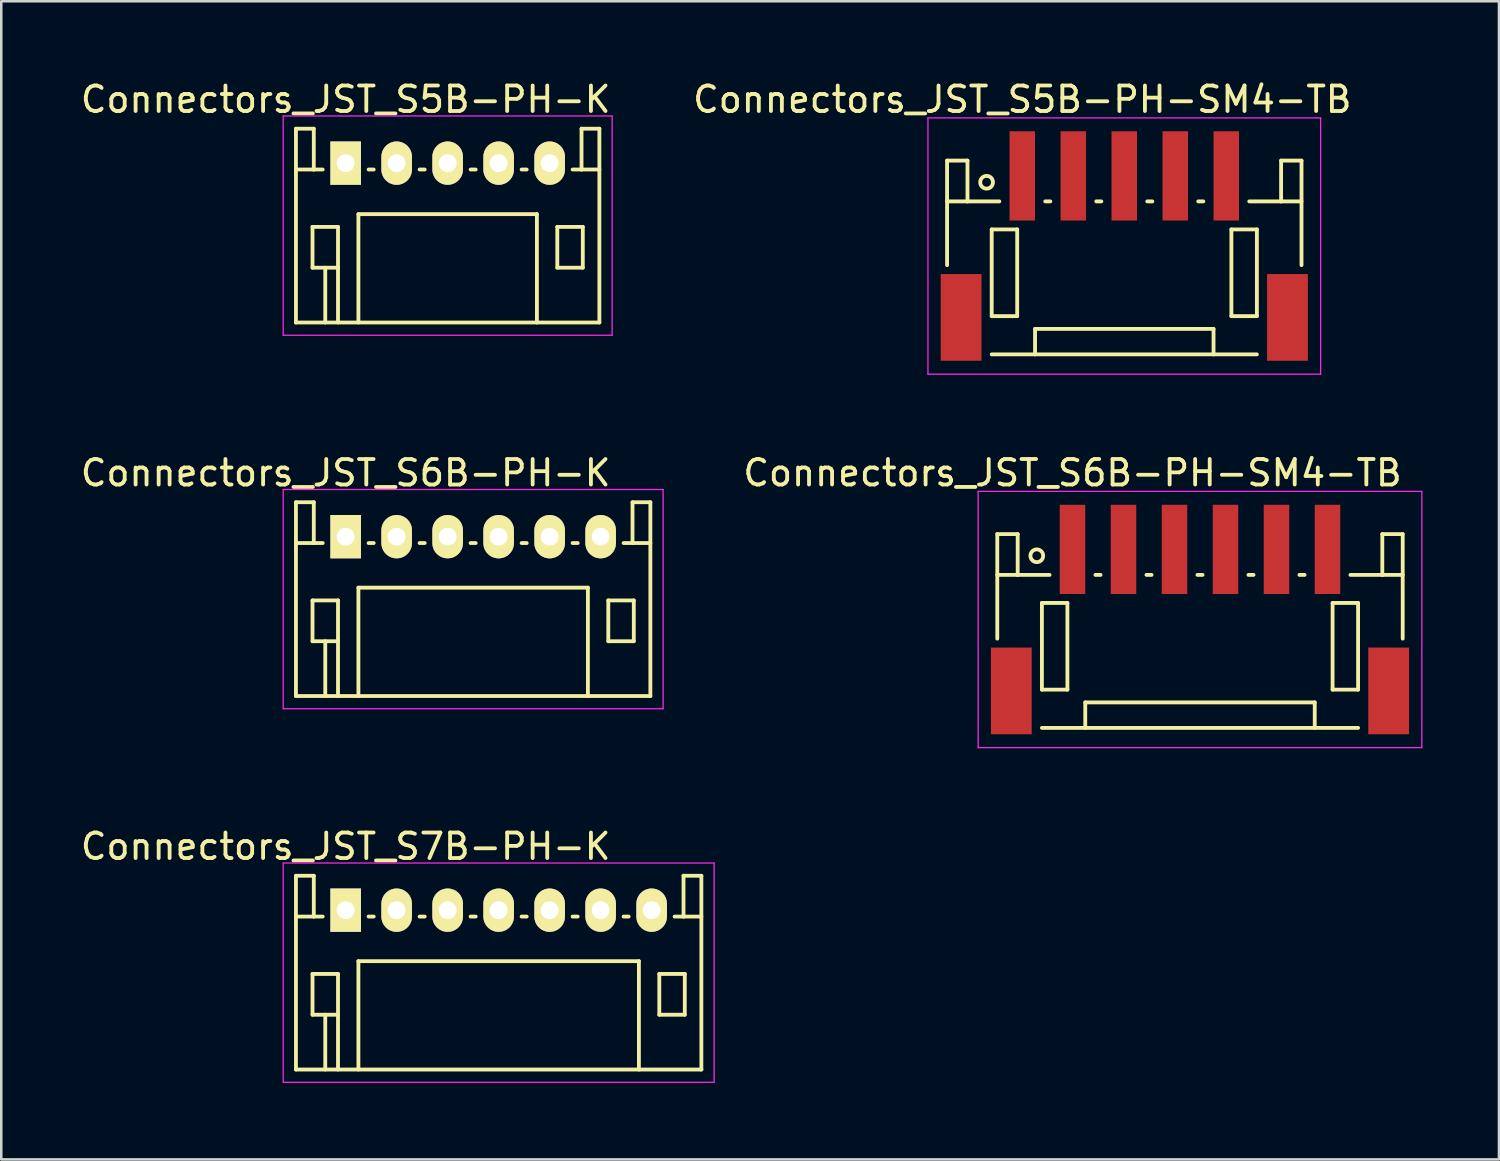
<source format=kicad_pcb>
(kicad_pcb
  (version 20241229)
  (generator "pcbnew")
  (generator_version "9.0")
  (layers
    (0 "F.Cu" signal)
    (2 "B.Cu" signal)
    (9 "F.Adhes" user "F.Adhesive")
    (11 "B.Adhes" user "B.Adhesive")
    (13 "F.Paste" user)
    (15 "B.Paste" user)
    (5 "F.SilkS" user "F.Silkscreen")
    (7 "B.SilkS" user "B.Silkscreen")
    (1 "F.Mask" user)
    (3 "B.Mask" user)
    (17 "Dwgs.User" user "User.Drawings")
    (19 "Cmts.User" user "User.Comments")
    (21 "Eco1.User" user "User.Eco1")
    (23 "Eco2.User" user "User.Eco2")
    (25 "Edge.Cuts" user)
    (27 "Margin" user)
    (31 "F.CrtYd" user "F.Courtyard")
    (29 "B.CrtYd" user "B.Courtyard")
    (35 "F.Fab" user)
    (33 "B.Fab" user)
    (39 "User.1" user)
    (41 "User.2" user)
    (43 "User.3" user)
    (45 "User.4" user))
  (footprint "Connectors_JST_S5B-PH-SM4-TB"
    (layer "F.Cu")
    (at 41.042 6.623)
    (property "Reference" "Connectors_JST_S5B-PH-SM4-TB" (at -4 -5.775 0) (layer "F.SilkS") (effects (font (size 1 1) (thickness 0.15))))
    (attr smd)
    (fp_line (start -6.95 -3.375) (end -6.95 0.725) (stroke (width 0.15) (type solid)) (layer "F.SilkS"))
    (fp_line (start -6.15 -3.375) (end -6.95 -3.375) (stroke (width 0.15) (type solid)) (layer "F.SilkS"))
    (fp_line (start -6.15 -1.775) (end -6.95 -1.775) (stroke (width 0.15) (type solid)) (layer "F.SilkS"))
    (fp_line (start -6.15 -1.775) (end -6.15 -3.375) (stroke (width 0.15) (type solid)) (layer "F.SilkS"))
    (fp_line (start -5.2 -0.675) (end -5.2 2.725) (stroke (width 0.15) (type solid)) (layer "F.SilkS"))
    (fp_line (start -5.2 2.725) (end -4.2 2.725) (stroke (width 0.15) (type solid)) (layer "F.SilkS"))
    (fp_line (start -5.2 4.225) (end 5.2 4.225) (stroke (width 0.15) (type solid)) (layer "F.SilkS"))
    (fp_line (start -4.9 -1.775) (end -6.15 -1.775) (stroke (width 0.15) (type solid)) (layer "F.SilkS"))
    (fp_line (start -4.2 -0.675) (end -5.2 -0.675) (stroke (width 0.15) (type solid)) (layer "F.SilkS"))
    (fp_line (start -4.2 2.725) (end -4.2 -0.675) (stroke (width 0.15) (type solid)) (layer "F.SilkS"))
    (fp_line (start -3.5 3.225) (end 3.5 3.225) (stroke (width 0.15) (type solid)) (layer "F.SilkS"))
    (fp_line (start -3.5 4.225) (end -3.5 3.225) (stroke (width 0.15) (type solid)) (layer "F.SilkS"))
    (fp_line (start -3.1 -1.775) (end -2.9 -1.775) (stroke (width 0.15) (type solid)) (layer "F.SilkS"))
    (fp_line (start -1.1 -1.775) (end -0.9 -1.775) (stroke (width 0.15) (type solid)) (layer "F.SilkS"))
    (fp_line (start 0.9 -1.775) (end 1.1 -1.775) (stroke (width 0.15) (type solid)) (layer "F.SilkS"))
    (fp_line (start 2.9 -1.775) (end 3.1 -1.775) (stroke (width 0.15) (type solid)) (layer "F.SilkS"))
    (fp_line (start 3.5 3.225) (end 3.5 4.225) (stroke (width 0.15) (type solid)) (layer "F.SilkS"))
    (fp_line (start 4.2 -0.675) (end 5.2 -0.675) (stroke (width 0.15) (type solid)) (layer "F.SilkS"))
    (fp_line (start 4.2 2.725) (end 4.2 -0.675) (stroke (width 0.15) (type solid)) (layer "F.SilkS"))
    (fp_line (start 4.9 -1.775) (end 6.15 -1.775) (stroke (width 0.15) (type solid)) (layer "F.SilkS"))
    (fp_line (start 5.2 -0.675) (end 5.2 2.725) (stroke (width 0.15) (type solid)) (layer "F.SilkS"))
    (fp_line (start 5.2 2.725) (end 4.2 2.725) (stroke (width 0.15) (type solid)) (layer "F.SilkS"))
    (fp_line (start 6.15 -3.375) (end 6.95 -3.375) (stroke (width 0.15) (type solid)) (layer "F.SilkS"))
    (fp_line (start 6.15 -1.775) (end 6.15 -3.375) (stroke (width 0.15) (type solid)) (layer "F.SilkS"))
    (fp_line (start 6.15 -1.775) (end 6.95 -1.775) (stroke (width 0.15) (type solid)) (layer "F.SilkS"))
    (fp_line (start 6.95 -3.375) (end 6.95 0.725) (stroke (width 0.15) (type solid)) (layer "F.SilkS"))
    (fp_circle (center -5.4 -2.525) (end -5.15 -2.525) (stroke (width 0.15) (type solid)) (fill no) (layer "F.SilkS"))
    (fp_line (start -7.7 -5.05) (end 7.7 -5.05) (stroke (width 0.05) (type solid)) (layer "F.CrtYd"))
    (fp_line (start -7.7 5) (end -7.7 -5.05) (stroke (width 0.05) (type solid)) (layer "F.CrtYd"))
    (fp_line (start 7.7 -5.05) (end 7.7 5) (stroke (width 0.05) (type solid)) (layer "F.CrtYd"))
    (fp_line (start 7.7 5) (end -7.7 5) (stroke (width 0.05) (type solid)) (layer "F.CrtYd"))
    (pad "" smd rect (at -6.4 2.775) (size 1.6 3.4) (layers "F.Cu" "F.Mask" "F.Paste"))
    (pad "" smd rect (at 6.4 2.775) (size 1.6 3.4) (layers "F.Cu" "F.Mask" "F.Paste"))
    (pad "1" smd rect (at -4 -2.775) (size 1 3.5) (layers "F.Cu" "F.Mask" "F.Paste"))
    (pad "2" smd rect (at -2 -2.775) (size 1 3.5) (layers "F.Cu" "F.Mask" "F.Paste"))
    (pad "3" smd rect (at 0 -2.775) (size 1 3.5) (layers "F.Cu" "F.Mask" "F.Paste"))
    (pad "4" smd rect (at 2 -2.775) (size 1 3.5) (layers "F.Cu" "F.Mask" "F.Paste"))
    (pad "5" smd rect (at 4 -2.775) (size 1 3.5) (layers "F.Cu" "F.Mask" "F.Paste")))
  (footprint "Connectors_JST_S6B-PH-SM4-TB"
    (layer "F.Cu")
    (at 44.011 21.271)
    (property "Reference" "Connectors_JST_S6B-PH-SM4-TB" (at -5 -5.775 0) (layer "F.SilkS") (effects (font (size 1 1) (thickness 0.15))))
    (attr smd)
    (fp_line (start -7.95 -3.375) (end -7.95 0.725) (stroke (width 0.15) (type solid)) (layer "F.SilkS"))
    (fp_line (start -7.15 -3.375) (end -7.95 -3.375) (stroke (width 0.15) (type solid)) (layer "F.SilkS"))
    (fp_line (start -7.15 -1.775) (end -7.95 -1.775) (stroke (width 0.15) (type solid)) (layer "F.SilkS"))
    (fp_line (start -7.15 -1.775) (end -7.15 -3.375) (stroke (width 0.15) (type solid)) (layer "F.SilkS"))
    (fp_line (start -6.2 -0.675) (end -6.2 2.725) (stroke (width 0.15) (type solid)) (layer "F.SilkS"))
    (fp_line (start -6.2 2.725) (end -5.2 2.725) (stroke (width 0.15) (type solid)) (layer "F.SilkS"))
    (fp_line (start -6.2 4.225) (end 6.2 4.225) (stroke (width 0.15) (type solid)) (layer "F.SilkS"))
    (fp_line (start -5.9 -1.775) (end -7.15 -1.775) (stroke (width 0.15) (type solid)) (layer "F.SilkS"))
    (fp_line (start -5.2 -0.675) (end -6.2 -0.675) (stroke (width 0.15) (type solid)) (layer "F.SilkS"))
    (fp_line (start -5.2 2.725) (end -5.2 -0.675) (stroke (width 0.15) (type solid)) (layer "F.SilkS"))
    (fp_line (start -4.5 3.225) (end 4.5 3.225) (stroke (width 0.15) (type solid)) (layer "F.SilkS"))
    (fp_line (start -4.5 4.225) (end -4.5 3.225) (stroke (width 0.15) (type solid)) (layer "F.SilkS"))
    (fp_line (start -4.1 -1.775) (end -3.9 -1.775) (stroke (width 0.15) (type solid)) (layer "F.SilkS"))
    (fp_line (start -2.1 -1.775) (end -1.9 -1.775) (stroke (width 0.15) (type solid)) (layer "F.SilkS"))
    (fp_line (start -0.1 -1.775) (end 0.1 -1.775) (stroke (width 0.15) (type solid)) (layer "F.SilkS"))
    (fp_line (start 1.9 -1.775) (end 2.1 -1.775) (stroke (width 0.15) (type solid)) (layer "F.SilkS"))
    (fp_line (start 3.9 -1.775) (end 4.1 -1.775) (stroke (width 0.15) (type solid)) (layer "F.SilkS"))
    (fp_line (start 4.5 3.225) (end 4.5 4.225) (stroke (width 0.15) (type solid)) (layer "F.SilkS"))
    (fp_line (start 5.2 -0.675) (end 6.2 -0.675) (stroke (width 0.15) (type solid)) (layer "F.SilkS"))
    (fp_line (start 5.2 2.725) (end 5.2 -0.675) (stroke (width 0.15) (type solid)) (layer "F.SilkS"))
    (fp_line (start 5.9 -1.775) (end 7.15 -1.775) (stroke (width 0.15) (type solid)) (layer "F.SilkS"))
    (fp_line (start 6.2 -0.675) (end 6.2 2.725) (stroke (width 0.15) (type solid)) (layer "F.SilkS"))
    (fp_line (start 6.2 2.725) (end 5.2 2.725) (stroke (width 0.15) (type solid)) (layer "F.SilkS"))
    (fp_line (start 7.15 -3.375) (end 7.95 -3.375) (stroke (width 0.15) (type solid)) (layer "F.SilkS"))
    (fp_line (start 7.15 -1.775) (end 7.15 -3.375) (stroke (width 0.15) (type solid)) (layer "F.SilkS"))
    (fp_line (start 7.15 -1.775) (end 7.95 -1.775) (stroke (width 0.15) (type solid)) (layer "F.SilkS"))
    (fp_line (start 7.95 -3.375) (end 7.95 0.725) (stroke (width 0.15) (type solid)) (layer "F.SilkS"))
    (fp_circle (center -6.4 -2.525) (end -6.15 -2.525) (stroke (width 0.15) (type solid)) (fill no) (layer "F.SilkS"))
    (fp_line (start -8.7 -5.05) (end 8.7 -5.05) (stroke (width 0.05) (type solid)) (layer "F.CrtYd"))
    (fp_line (start -8.7 5) (end -8.7 -5.05) (stroke (width 0.05) (type solid)) (layer "F.CrtYd"))
    (fp_line (start 8.7 -5.05) (end 8.7 5) (stroke (width 0.05) (type solid)) (layer "F.CrtYd"))
    (fp_line (start 8.7 5) (end -8.7 5) (stroke (width 0.05) (type solid)) (layer "F.CrtYd"))
    (pad "" smd rect (at -7.4 2.775) (size 1.6 3.4) (layers "F.Cu" "F.Mask" "F.Paste"))
    (pad "" smd rect (at 7.4 2.775) (size 1.6 3.4) (layers "F.Cu" "F.Mask" "F.Paste"))
    (pad "1" smd rect (at -5 -2.775) (size 1 3.5) (layers "F.Cu" "F.Mask" "F.Paste"))
    (pad "2" smd rect (at -3 -2.775) (size 1 3.5) (layers "F.Cu" "F.Mask" "F.Paste"))
    (pad "3" smd rect (at -1 -2.775) (size 1 3.5) (layers "F.Cu" "F.Mask" "F.Paste"))
    (pad "4" smd rect (at 1 -2.775) (size 1 3.5) (layers "F.Cu" "F.Mask" "F.Paste"))
    (pad "5" smd rect (at 3 -2.775) (size 1 3.5) (layers "F.Cu" "F.Mask" "F.Paste"))
    (pad "6" smd rect (at 5 -2.775) (size 1 3.5) (layers "F.Cu" "F.Mask" "F.Paste")))
  (footprint "Connectors_JST_S7B-PH-K"
    (layer "F.Cu")
    (at 10.506 32.645)
    (property "Reference" "Connectors_JST_S7B-PH-K" (at 0 -2.5 0) (layer "F.SilkS") (effects (font (size 1 1) (thickness 0.15))))
    (attr through_hole)
    (fp_line (start -1.95 -1.35) (end -1.95 6.25) (stroke (width 0.15) (type solid)) (layer "F.SilkS"))
    (fp_line (start -1.95 0.25) (end -1.25 0.25) (stroke (width 0.15) (type solid)) (layer "F.SilkS"))
    (fp_line (start -1.95 6.25) (end 13.95 6.25) (stroke (width 0.15) (type solid)) (layer "F.SilkS"))
    (fp_line (start -1.3 2.5) (end -1.3 4.1) (stroke (width 0.15) (type solid)) (layer "F.SilkS"))
    (fp_line (start -1.3 4.1) (end -0.3 4.1) (stroke (width 0.15) (type solid)) (layer "F.SilkS"))
    (fp_line (start -1.25 -1.35) (end -1.95 -1.35) (stroke (width 0.15) (type solid)) (layer "F.SilkS"))
    (fp_line (start -1.25 0.25) (end -1.25 -1.35) (stroke (width 0.15) (type solid)) (layer "F.SilkS"))
    (fp_line (start -0.9 0.25) (end -1.25 0.25) (stroke (width 0.15) (type solid)) (layer "F.SilkS"))
    (fp_line (start -0.8 4.1) (end -0.8 6.25) (stroke (width 0.15) (type solid)) (layer "F.SilkS"))
    (fp_line (start -0.3 2.5) (end -1.3 2.5) (stroke (width 0.15) (type solid)) (layer "F.SilkS"))
    (fp_line (start -0.3 4.1) (end -0.3 2.5) (stroke (width 0.15) (type solid)) (layer "F.SilkS"))
    (fp_line (start -0.3 4.1) (end -0.3 6.25) (stroke (width 0.15) (type solid)) (layer "F.SilkS"))
    (fp_line (start 0.5 2) (end 11.5 2) (stroke (width 0.15) (type solid)) (layer "F.SilkS"))
    (fp_line (start 0.5 6.25) (end 0.5 2) (stroke (width 0.15) (type solid)) (layer "F.SilkS"))
    (fp_line (start 0.9 0.25) (end 1.1 0.25) (stroke (width 0.15) (type solid)) (layer "F.SilkS"))
    (fp_line (start 2.9 0.25) (end 3.1 0.25) (stroke (width 0.15) (type solid)) (layer "F.SilkS"))
    (fp_line (start 4.9 0.25) (end 5.1 0.25) (stroke (width 0.15) (type solid)) (layer "F.SilkS"))
    (fp_line (start 6.9 0.25) (end 7.1 0.25) (stroke (width 0.15) (type solid)) (layer "F.SilkS"))
    (fp_line (start 8.9 0.25) (end 9.1 0.25) (stroke (width 0.15) (type solid)) (layer "F.SilkS"))
    (fp_line (start 10.9 0.25) (end 11.1 0.25) (stroke (width 0.15) (type solid)) (layer "F.SilkS"))
    (fp_line (start 11.5 2) (end 11.5 6.25) (stroke (width 0.15) (type solid)) (layer "F.SilkS"))
    (fp_line (start 12.3 2.5) (end 13.3 2.5) (stroke (width 0.15) (type solid)) (layer "F.SilkS"))
    (fp_line (start 12.3 4.1) (end 12.3 2.5) (stroke (width 0.15) (type solid)) (layer "F.SilkS"))
    (fp_line (start 13.25 -1.35) (end 13.25 0.25) (stroke (width 0.15) (type solid)) (layer "F.SilkS"))
    (fp_line (start 13.25 0.25) (end 12.9 0.25) (stroke (width 0.15) (type solid)) (layer "F.SilkS"))
    (fp_line (start 13.3 2.5) (end 13.3 4.1) (stroke (width 0.15) (type solid)) (layer "F.SilkS"))
    (fp_line (start 13.3 4.1) (end 12.3 4.1) (stroke (width 0.15) (type solid)) (layer "F.SilkS"))
    (fp_line (start 13.95 -1.35) (end 13.25 -1.35) (stroke (width 0.15) (type solid)) (layer "F.SilkS"))
    (fp_line (start 13.95 0.25) (end 13.25 0.25) (stroke (width 0.15) (type solid)) (layer "F.SilkS"))
    (fp_line (start 13.95 6.25) (end 13.95 -1.35) (stroke (width 0.15) (type solid)) (layer "F.SilkS"))
    (fp_line (start -2.45 -1.85) (end 14.45 -1.85) (stroke (width 0.05) (type solid)) (layer "F.CrtYd"))
    (fp_line (start -2.45 6.75) (end -2.45 -1.85) (stroke (width 0.05) (type solid)) (layer "F.CrtYd"))
    (fp_line (start 14.45 -1.85) (end 14.45 6.75) (stroke (width 0.05) (type solid)) (layer "F.CrtYd"))
    (fp_line (start 14.45 6.75) (end -2.45 6.75) (stroke (width 0.05) (type solid)) (layer "F.CrtYd"))
    (pad "1" thru_hole rect (at 0 0) (size 1.2 1.7) (drill 0.7) (layers "*.Cu" "*.Mask" "F.SilkS"))
    (pad "2" thru_hole oval (at 2 0) (size 1.2 1.7) (drill 0.7) (layers "*.Cu" "*.Mask" "F.SilkS"))
    (pad "3" thru_hole oval (at 4 0) (size 1.2 1.7) (drill 0.7) (layers "*.Cu" "*.Mask" "F.SilkS"))
    (pad "4" thru_hole oval (at 6 0) (size 1.2 1.7) (drill 0.7) (layers "*.Cu" "*.Mask" "F.SilkS"))
    (pad "5" thru_hole oval (at 8 0) (size 1.2 1.7) (drill 0.7) (layers "*.Cu" "*.Mask" "F.SilkS"))
    (pad "6" thru_hole oval (at 10 0) (size 1.2 1.7) (drill 0.7) (layers "*.Cu" "*.Mask" "F.SilkS"))
    (pad "7" thru_hole oval (at 12 0) (size 1.2 1.7) (drill 0.7) (layers "*.Cu" "*.Mask" "F.SilkS")))
  (footprint "Connectors_JST_S5B-PH-K"
    (layer "F.Cu")
    (at 10.506 3.348)
    (property "Reference" "Connectors_JST_S5B-PH-K" (at 0 -2.5 0) (layer "F.SilkS") (effects (font (size 1 1) (thickness 0.15))))
    (attr through_hole)
    (fp_line (start -1.95 -1.35) (end -1.95 6.25) (stroke (width 0.15) (type solid)) (layer "F.SilkS"))
    (fp_line (start -1.95 0.25) (end -1.25 0.25) (stroke (width 0.15) (type solid)) (layer "F.SilkS"))
    (fp_line (start -1.95 6.25) (end 9.95 6.25) (stroke (width 0.15) (type solid)) (layer "F.SilkS"))
    (fp_line (start -1.3 2.5) (end -1.3 4.1) (stroke (width 0.15) (type solid)) (layer "F.SilkS"))
    (fp_line (start -1.3 4.1) (end -0.3 4.1) (stroke (width 0.15) (type solid)) (layer "F.SilkS"))
    (fp_line (start -1.25 -1.35) (end -1.95 -1.35) (stroke (width 0.15) (type solid)) (layer "F.SilkS"))
    (fp_line (start -1.25 0.25) (end -1.25 -1.35) (stroke (width 0.15) (type solid)) (layer "F.SilkS"))
    (fp_line (start -0.9 0.25) (end -1.25 0.25) (stroke (width 0.15) (type solid)) (layer "F.SilkS"))
    (fp_line (start -0.8 4.1) (end -0.8 6.25) (stroke (width 0.15) (type solid)) (layer "F.SilkS"))
    (fp_line (start -0.3 2.5) (end -1.3 2.5) (stroke (width 0.15) (type solid)) (layer "F.SilkS"))
    (fp_line (start -0.3 4.1) (end -0.3 2.5) (stroke (width 0.15) (type solid)) (layer "F.SilkS"))
    (fp_line (start -0.3 4.1) (end -0.3 6.25) (stroke (width 0.15) (type solid)) (layer "F.SilkS"))
    (fp_line (start 0.5 2) (end 7.5 2) (stroke (width 0.15) (type solid)) (layer "F.SilkS"))
    (fp_line (start 0.5 6.25) (end 0.5 2) (stroke (width 0.15) (type solid)) (layer "F.SilkS"))
    (fp_line (start 0.9 0.25) (end 1.1 0.25) (stroke (width 0.15) (type solid)) (layer "F.SilkS"))
    (fp_line (start 2.9 0.25) (end 3.1 0.25) (stroke (width 0.15) (type solid)) (layer "F.SilkS"))
    (fp_line (start 4.9 0.25) (end 5.1 0.25) (stroke (width 0.15) (type solid)) (layer "F.SilkS"))
    (fp_line (start 6.9 0.25) (end 7.1 0.25) (stroke (width 0.15) (type solid)) (layer "F.SilkS"))
    (fp_line (start 7.5 2) (end 7.5 6.25) (stroke (width 0.15) (type solid)) (layer "F.SilkS"))
    (fp_line (start 8.3 2.5) (end 9.3 2.5) (stroke (width 0.15) (type solid)) (layer "F.SilkS"))
    (fp_line (start 8.3 4.1) (end 8.3 2.5) (stroke (width 0.15) (type solid)) (layer "F.SilkS"))
    (fp_line (start 9.25 -1.35) (end 9.25 0.25) (stroke (width 0.15) (type solid)) (layer "F.SilkS"))
    (fp_line (start 9.25 0.25) (end 8.9 0.25) (stroke (width 0.15) (type solid)) (layer "F.SilkS"))
    (fp_line (start 9.3 2.5) (end 9.3 4.1) (stroke (width 0.15) (type solid)) (layer "F.SilkS"))
    (fp_line (start 9.3 4.1) (end 8.3 4.1) (stroke (width 0.15) (type solid)) (layer "F.SilkS"))
    (fp_line (start 9.95 -1.35) (end 9.25 -1.35) (stroke (width 0.15) (type solid)) (layer "F.SilkS"))
    (fp_line (start 9.95 0.25) (end 9.25 0.25) (stroke (width 0.15) (type solid)) (layer "F.SilkS"))
    (fp_line (start 9.95 6.25) (end 9.95 -1.35) (stroke (width 0.15) (type solid)) (layer "F.SilkS"))
    (fp_line (start -2.45 -1.85) (end 10.45 -1.85) (stroke (width 0.05) (type solid)) (layer "F.CrtYd"))
    (fp_line (start -2.45 6.75) (end -2.45 -1.85) (stroke (width 0.05) (type solid)) (layer "F.CrtYd"))
    (fp_line (start 10.45 -1.85) (end 10.45 6.75) (stroke (width 0.05) (type solid)) (layer "F.CrtYd"))
    (fp_line (start 10.45 6.75) (end -2.45 6.75) (stroke (width 0.05) (type solid)) (layer "F.CrtYd"))
    (pad "1" thru_hole rect (at 0 0) (size 1.2 1.7) (drill 0.7) (layers "*.Cu" "*.Mask" "F.SilkS"))
    (pad "2" thru_hole oval (at 2 0) (size 1.2 1.7) (drill 0.7) (layers "*.Cu" "*.Mask" "F.SilkS"))
    (pad "3" thru_hole oval (at 4 0) (size 1.2 1.7) (drill 0.7) (layers "*.Cu" "*.Mask" "F.SilkS"))
    (pad "4" thru_hole oval (at 6 0) (size 1.2 1.7) (drill 0.7) (layers "*.Cu" "*.Mask" "F.SilkS"))
    (pad "5" thru_hole oval (at 8 0) (size 1.2 1.7) (drill 0.7) (layers "*.Cu" "*.Mask" "F.SilkS")))
  (footprint "Connectors_JST_S6B-PH-K"
    (layer "F.Cu")
    (at 10.506 17.997)
    (property "Reference" "Connectors_JST_S6B-PH-K" (at 0 -2.5 0) (layer "F.SilkS") (effects (font (size 1 1) (thickness 0.15))))
    (attr through_hole)
    (fp_line (start -1.95 -1.35) (end -1.95 6.25) (stroke (width 0.15) (type solid)) (layer "F.SilkS"))
    (fp_line (start -1.95 0.25) (end -1.25 0.25) (stroke (width 0.15) (type solid)) (layer "F.SilkS"))
    (fp_line (start -1.95 6.25) (end 11.95 6.25) (stroke (width 0.15) (type solid)) (layer "F.SilkS"))
    (fp_line (start -1.3 2.5) (end -1.3 4.1) (stroke (width 0.15) (type solid)) (layer "F.SilkS"))
    (fp_line (start -1.3 4.1) (end -0.3 4.1) (stroke (width 0.15) (type solid)) (layer "F.SilkS"))
    (fp_line (start -1.25 -1.35) (end -1.95 -1.35) (stroke (width 0.15) (type solid)) (layer "F.SilkS"))
    (fp_line (start -1.25 0.25) (end -1.25 -1.35) (stroke (width 0.15) (type solid)) (layer "F.SilkS"))
    (fp_line (start -0.9 0.25) (end -1.25 0.25) (stroke (width 0.15) (type solid)) (layer "F.SilkS"))
    (fp_line (start -0.8 4.1) (end -0.8 6.25) (stroke (width 0.15) (type solid)) (layer "F.SilkS"))
    (fp_line (start -0.3 2.5) (end -1.3 2.5) (stroke (width 0.15) (type solid)) (layer "F.SilkS"))
    (fp_line (start -0.3 4.1) (end -0.3 2.5) (stroke (width 0.15) (type solid)) (layer "F.SilkS"))
    (fp_line (start -0.3 4.1) (end -0.3 6.25) (stroke (width 0.15) (type solid)) (layer "F.SilkS"))
    (fp_line (start 0.5 2) (end 9.5 2) (stroke (width 0.15) (type solid)) (layer "F.SilkS"))
    (fp_line (start 0.5 6.25) (end 0.5 2) (stroke (width 0.15) (type solid)) (layer "F.SilkS"))
    (fp_line (start 0.9 0.25) (end 1.1 0.25) (stroke (width 0.15) (type solid)) (layer "F.SilkS"))
    (fp_line (start 2.9 0.25) (end 3.1 0.25) (stroke (width 0.15) (type solid)) (layer "F.SilkS"))
    (fp_line (start 4.9 0.25) (end 5.1 0.25) (stroke (width 0.15) (type solid)) (layer "F.SilkS"))
    (fp_line (start 6.9 0.25) (end 7.1 0.25) (stroke (width 0.15) (type solid)) (layer "F.SilkS"))
    (fp_line (start 8.9 0.25) (end 9.1 0.25) (stroke (width 0.15) (type solid)) (layer "F.SilkS"))
    (fp_line (start 9.5 2) (end 9.5 6.25) (stroke (width 0.15) (type solid)) (layer "F.SilkS"))
    (fp_line (start 10.3 2.5) (end 11.3 2.5) (stroke (width 0.15) (type solid)) (layer "F.SilkS"))
    (fp_line (start 10.3 4.1) (end 10.3 2.5) (stroke (width 0.15) (type solid)) (layer "F.SilkS"))
    (fp_line (start 11.25 -1.35) (end 11.25 0.25) (stroke (width 0.15) (type solid)) (layer "F.SilkS"))
    (fp_line (start 11.25 0.25) (end 10.9 0.25) (stroke (width 0.15) (type solid)) (layer "F.SilkS"))
    (fp_line (start 11.3 2.5) (end 11.3 4.1) (stroke (width 0.15) (type solid)) (layer "F.SilkS"))
    (fp_line (start 11.3 4.1) (end 10.3 4.1) (stroke (width 0.15) (type solid)) (layer "F.SilkS"))
    (fp_line (start 11.95 -1.35) (end 11.25 -1.35) (stroke (width 0.15) (type solid)) (layer "F.SilkS"))
    (fp_line (start 11.95 0.25) (end 11.25 0.25) (stroke (width 0.15) (type solid)) (layer "F.SilkS"))
    (fp_line (start 11.95 6.25) (end 11.95 -1.35) (stroke (width 0.15) (type solid)) (layer "F.SilkS"))
    (fp_line (start -2.45 -1.85) (end 12.45 -1.85) (stroke (width 0.05) (type solid)) (layer "F.CrtYd"))
    (fp_line (start -2.45 6.75) (end -2.45 -1.85) (stroke (width 0.05) (type solid)) (layer "F.CrtYd"))
    (fp_line (start 12.45 -1.85) (end 12.45 6.75) (stroke (width 0.05) (type solid)) (layer "F.CrtYd"))
    (fp_line (start 12.45 6.75) (end -2.45 6.75) (stroke (width 0.05) (type solid)) (layer "F.CrtYd"))
    (pad "1" thru_hole rect (at 0 0) (size 1.2 1.7) (drill 0.7) (layers "*.Cu" "*.Mask" "F.SilkS"))
    (pad "2" thru_hole oval (at 2 0) (size 1.2 1.7) (drill 0.7) (layers "*.Cu" "*.Mask" "F.SilkS"))
    (pad "3" thru_hole oval (at 4 0) (size 1.2 1.7) (drill 0.7) (layers "*.Cu" "*.Mask" "F.SilkS"))
    (pad "4" thru_hole oval (at 6 0) (size 1.2 1.7) (drill 0.7) (layers "*.Cu" "*.Mask" "F.SilkS"))
    (pad "5" thru_hole oval (at 8 0) (size 1.2 1.7) (drill 0.7) (layers "*.Cu" "*.Mask" "F.SilkS"))
    (pad "6" thru_hole oval (at 10 0) (size 1.2 1.7) (drill 0.7) (layers "*.Cu" "*.Mask" "F.SilkS")))
  (gr_rect
    (start -3 -3)
    (end 55.736 42.42)
    (stroke (width 0.1) (type default))
    (fill no)
    (layer "Edge.Cuts")))
</source>
